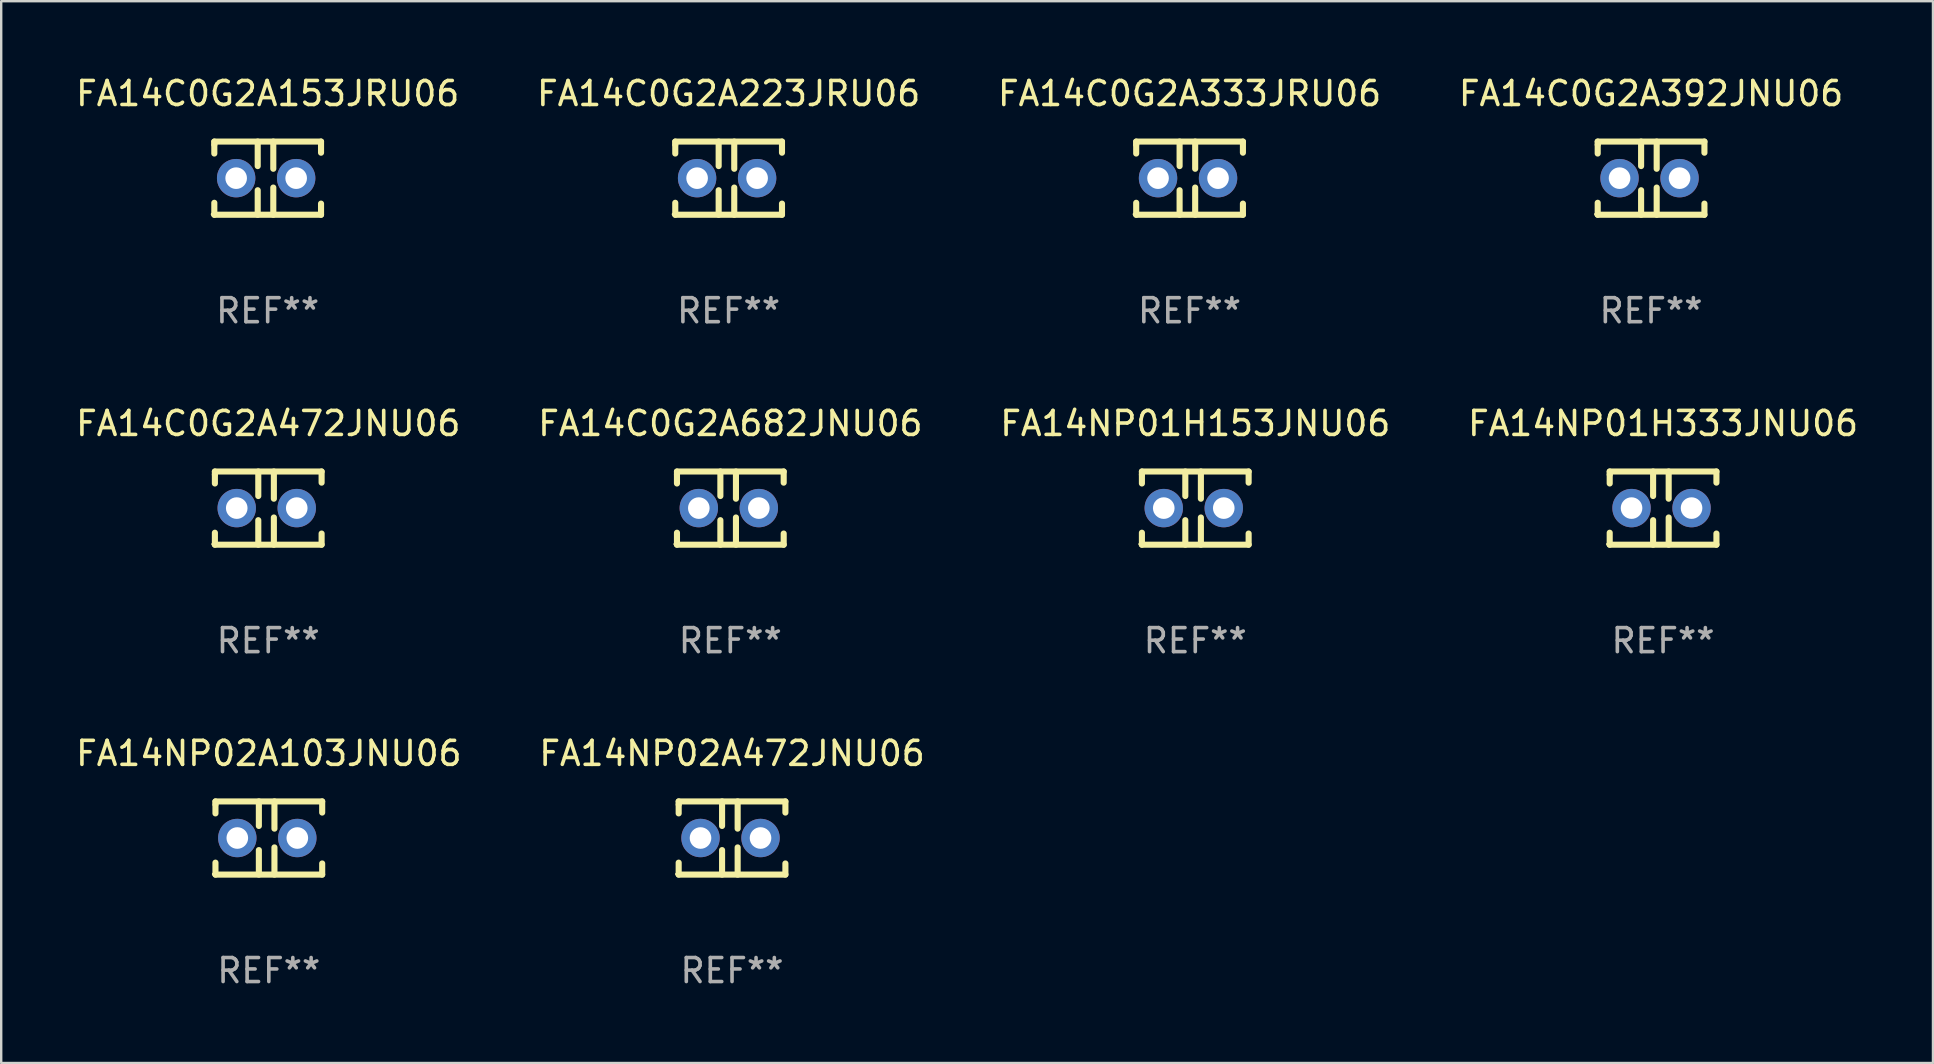
<source format=kicad_pcb>
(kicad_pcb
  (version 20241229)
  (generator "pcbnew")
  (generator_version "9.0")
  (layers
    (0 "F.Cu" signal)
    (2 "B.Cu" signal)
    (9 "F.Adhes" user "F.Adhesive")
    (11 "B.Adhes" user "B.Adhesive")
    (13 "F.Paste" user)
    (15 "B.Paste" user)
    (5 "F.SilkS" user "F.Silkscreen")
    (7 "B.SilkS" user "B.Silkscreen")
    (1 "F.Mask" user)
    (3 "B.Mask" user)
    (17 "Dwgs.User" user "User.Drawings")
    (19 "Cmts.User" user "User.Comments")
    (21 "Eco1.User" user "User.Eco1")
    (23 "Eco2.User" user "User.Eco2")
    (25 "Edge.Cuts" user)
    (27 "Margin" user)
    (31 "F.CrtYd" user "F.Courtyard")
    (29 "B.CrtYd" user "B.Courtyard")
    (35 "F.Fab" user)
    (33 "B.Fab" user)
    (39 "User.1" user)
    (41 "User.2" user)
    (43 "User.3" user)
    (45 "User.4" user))
  (footprint "FA14C0G2A153JRU06"
    (layer "F.Cu")
    (at 8.101 4.372)
    (property "Reference" "FA14C0G2A153JRU06" (at 0 -3.524 0) (layer "F.SilkS") (effects (font (size 1 1) (thickness 0.15))))
    (attr through_hole)
    (fp_line (start -2.223 -1.524) (end 2.223 -1.524) (stroke (width 0.254) (type solid)) (layer "F.SilkS"))
    (fp_line (start -2.223 -1.397) (end -2.223 -1.524) (stroke (width 0.254) (type solid)) (layer "F.SilkS"))
    (fp_line (start -2.223 -1.026) (end -2.223 -1.397) (stroke (width 0.254) (type solid)) (layer "F.SilkS"))
    (fp_line (start -2.223 1.524) (end -2.223 1.026) (stroke (width 0.254) (type solid)) (layer "F.SilkS"))
    (fp_line (start -0.415 -1.524) (end -0.415 -0.503) (stroke (width 0.254) (type solid)) (layer "F.SilkS"))
    (fp_line (start -0.415 0.503) (end -0.415 1.524) (stroke (width 0.254) (type solid)) (layer "F.SilkS"))
    (fp_line (start 0.234 -1.524) (end 0.234 -0.391) (stroke (width 0.254) (type solid)) (layer "F.SilkS"))
    (fp_line (start 0.234 0.391) (end 0.234 1.524) (stroke (width 0.254) (type solid)) (layer "F.SilkS"))
    (fp_line (start 2.223 -1.524) (end 2.223 -1.06) (stroke (width 0.254) (type solid)) (layer "F.SilkS"))
    (fp_line (start 2.223 1.06) (end 2.223 1.524) (stroke (width 0.254) (type solid)) (layer "F.SilkS"))
    (fp_line (start 2.223 1.524) (end -2.223 1.524) (stroke (width 0.254) (type solid)) (layer "F.SilkS"))
    (fp_circle (center -2.314 1.5) (end -2.284 1.5) (stroke (width 0.06) (type solid)) (fill no) (layer "F.SilkS"))
    (fp_text user "REF**" (at 0 5.524 0) (layer "F.Fab") (effects (font (size 1 1) (thickness 0.15))))
    (pad "1" thru_hole circle (at -1.313 0) (size 1.6 1.6) (drill 0.9) (layers "*.Cu" "*.Mask"))
    (pad "2" thru_hole circle (at 1.187 0) (size 1.6 1.6) (drill 0.9) (layers "*.Cu" "*.Mask")))
  (footprint "FA14NP01H153JNU06"
    (layer "F.Cu")
    (at 46.744 18.117)
    (property "Reference" "FA14NP01H153JNU06" (at 0 -3.524 0) (layer "F.SilkS") (effects (font (size 1 1) (thickness 0.15))))
    (attr through_hole)
    (fp_line (start -2.223 -1.524) (end 2.223 -1.524) (stroke (width 0.254) (type solid)) (layer "F.SilkS"))
    (fp_line (start -2.223 -1.397) (end -2.223 -1.524) (stroke (width 0.254) (type solid)) (layer "F.SilkS"))
    (fp_line (start -2.223 -1.026) (end -2.223 -1.397) (stroke (width 0.254) (type solid)) (layer "F.SilkS"))
    (fp_line (start -2.223 1.524) (end -2.223 1.026) (stroke (width 0.254) (type solid)) (layer "F.SilkS"))
    (fp_line (start -0.415 -1.524) (end -0.415 -0.503) (stroke (width 0.254) (type solid)) (layer "F.SilkS"))
    (fp_line (start -0.415 0.503) (end -0.415 1.524) (stroke (width 0.254) (type solid)) (layer "F.SilkS"))
    (fp_line (start 0.234 -1.524) (end 0.234 -0.391) (stroke (width 0.254) (type solid)) (layer "F.SilkS"))
    (fp_line (start 0.234 0.391) (end 0.234 1.524) (stroke (width 0.254) (type solid)) (layer "F.SilkS"))
    (fp_line (start 2.223 -1.524) (end 2.223 -1.06) (stroke (width 0.254) (type solid)) (layer "F.SilkS"))
    (fp_line (start 2.223 1.06) (end 2.223 1.524) (stroke (width 0.254) (type solid)) (layer "F.SilkS"))
    (fp_line (start 2.223 1.524) (end -2.223 1.524) (stroke (width 0.254) (type solid)) (layer "F.SilkS"))
    (fp_circle (center -2.314 1.5) (end -2.284 1.5) (stroke (width 0.06) (type solid)) (fill no) (layer "F.SilkS"))
    (fp_text user "REF**" (at 0 5.524 0) (layer "F.Fab") (effects (font (size 1 1) (thickness 0.15))))
    (pad "1" thru_hole circle (at -1.313 0) (size 1.6 1.6) (drill 0.9) (layers "*.Cu" "*.Mask"))
    (pad "2" thru_hole circle (at 1.187 0) (size 1.6 1.6) (drill 0.9) (layers "*.Cu" "*.Mask")))
  (footprint "FA14C0G2A472JNU06"
    (layer "F.Cu")
    (at 8.125 18.117)
    (property "Reference" "FA14C0G2A472JNU06" (at 0 -3.524 0) (layer "F.SilkS") (effects (font (size 1 1) (thickness 0.15))))
    (attr through_hole)
    (fp_line (start -2.223 -1.524) (end 2.223 -1.524) (stroke (width 0.254) (type solid)) (layer "F.SilkS"))
    (fp_line (start -2.223 -1.397) (end -2.223 -1.524) (stroke (width 0.254) (type solid)) (layer "F.SilkS"))
    (fp_line (start -2.223 -1.026) (end -2.223 -1.397) (stroke (width 0.254) (type solid)) (layer "F.SilkS"))
    (fp_line (start -2.223 1.524) (end -2.223 1.026) (stroke (width 0.254) (type solid)) (layer "F.SilkS"))
    (fp_line (start -0.415 -1.524) (end -0.415 -0.503) (stroke (width 0.254) (type solid)) (layer "F.SilkS"))
    (fp_line (start -0.415 0.503) (end -0.415 1.524) (stroke (width 0.254) (type solid)) (layer "F.SilkS"))
    (fp_line (start 0.234 -1.524) (end 0.234 -0.391) (stroke (width 0.254) (type solid)) (layer "F.SilkS"))
    (fp_line (start 0.234 0.391) (end 0.234 1.524) (stroke (width 0.254) (type solid)) (layer "F.SilkS"))
    (fp_line (start 2.223 -1.524) (end 2.223 -1.06) (stroke (width 0.254) (type solid)) (layer "F.SilkS"))
    (fp_line (start 2.223 1.06) (end 2.223 1.524) (stroke (width 0.254) (type solid)) (layer "F.SilkS"))
    (fp_line (start 2.223 1.524) (end -2.223 1.524) (stroke (width 0.254) (type solid)) (layer "F.SilkS"))
    (fp_circle (center -2.314 1.5) (end -2.284 1.5) (stroke (width 0.06) (type solid)) (fill no) (layer "F.SilkS"))
    (fp_text user "REF**" (at 0 5.524 0) (layer "F.Fab") (effects (font (size 1 1) (thickness 0.15))))
    (pad "1" thru_hole circle (at -1.313 0) (size 1.6 1.6) (drill 0.9) (layers "*.Cu" "*.Mask"))
    (pad "2" thru_hole circle (at 1.187 0) (size 1.6 1.6) (drill 0.9) (layers "*.Cu" "*.Mask")))
  (footprint "FA14C0G2A223JRU06"
    (layer "F.Cu")
    (at 27.304 4.372)
    (property "Reference" "FA14C0G2A223JRU06" (at 0 -3.524 0) (layer "F.SilkS") (effects (font (size 1 1) (thickness 0.15))))
    (attr through_hole)
    (fp_line (start -2.223 -1.524) (end 2.223 -1.524) (stroke (width 0.254) (type solid)) (layer "F.SilkS"))
    (fp_line (start -2.223 -1.397) (end -2.223 -1.524) (stroke (width 0.254) (type solid)) (layer "F.SilkS"))
    (fp_line (start -2.223 -1.026) (end -2.223 -1.397) (stroke (width 0.254) (type solid)) (layer "F.SilkS"))
    (fp_line (start -2.223 1.524) (end -2.223 1.026) (stroke (width 0.254) (type solid)) (layer "F.SilkS"))
    (fp_line (start -0.415 -1.524) (end -0.415 -0.503) (stroke (width 0.254) (type solid)) (layer "F.SilkS"))
    (fp_line (start -0.415 0.503) (end -0.415 1.524) (stroke (width 0.254) (type solid)) (layer "F.SilkS"))
    (fp_line (start 0.234 -1.524) (end 0.234 -0.391) (stroke (width 0.254) (type solid)) (layer "F.SilkS"))
    (fp_line (start 0.234 0.391) (end 0.234 1.524) (stroke (width 0.254) (type solid)) (layer "F.SilkS"))
    (fp_line (start 2.223 -1.524) (end 2.223 -1.06) (stroke (width 0.254) (type solid)) (layer "F.SilkS"))
    (fp_line (start 2.223 1.06) (end 2.223 1.524) (stroke (width 0.254) (type solid)) (layer "F.SilkS"))
    (fp_line (start 2.223 1.524) (end -2.223 1.524) (stroke (width 0.254) (type solid)) (layer "F.SilkS"))
    (fp_circle (center -2.314 1.5) (end -2.284 1.5) (stroke (width 0.06) (type solid)) (fill no) (layer "F.SilkS"))
    (fp_text user "REF**" (at 0 5.524 0) (layer "F.Fab") (effects (font (size 1 1) (thickness 0.15))))
    (pad "1" thru_hole circle (at -1.313 0) (size 1.6 1.6) (drill 0.9) (layers "*.Cu" "*.Mask"))
    (pad "2" thru_hole circle (at 1.187 0) (size 1.6 1.6) (drill 0.9) (layers "*.Cu" "*.Mask")))
  (footprint "FA14NP01H333JNU06"
    (layer "F.Cu")
    (at 66.232 18.117)
    (property "Reference" "FA14NP01H333JNU06" (at 0 -3.524 0) (layer "F.SilkS") (effects (font (size 1 1) (thickness 0.15))))
    (attr through_hole)
    (fp_line (start -2.223 -1.524) (end 2.223 -1.524) (stroke (width 0.254) (type solid)) (layer "F.SilkS"))
    (fp_line (start -2.223 -1.397) (end -2.223 -1.524) (stroke (width 0.254) (type solid)) (layer "F.SilkS"))
    (fp_line (start -2.223 -1.026) (end -2.223 -1.397) (stroke (width 0.254) (type solid)) (layer "F.SilkS"))
    (fp_line (start -2.223 1.524) (end -2.223 1.026) (stroke (width 0.254) (type solid)) (layer "F.SilkS"))
    (fp_line (start -0.415 -1.524) (end -0.415 -0.503) (stroke (width 0.254) (type solid)) (layer "F.SilkS"))
    (fp_line (start -0.415 0.503) (end -0.415 1.524) (stroke (width 0.254) (type solid)) (layer "F.SilkS"))
    (fp_line (start 0.234 -1.524) (end 0.234 -0.391) (stroke (width 0.254) (type solid)) (layer "F.SilkS"))
    (fp_line (start 0.234 0.391) (end 0.234 1.524) (stroke (width 0.254) (type solid)) (layer "F.SilkS"))
    (fp_line (start 2.223 -1.524) (end 2.223 -1.06) (stroke (width 0.254) (type solid)) (layer "F.SilkS"))
    (fp_line (start 2.223 1.06) (end 2.223 1.524) (stroke (width 0.254) (type solid)) (layer "F.SilkS"))
    (fp_line (start 2.223 1.524) (end -2.223 1.524) (stroke (width 0.254) (type solid)) (layer "F.SilkS"))
    (fp_circle (center -2.314 1.5) (end -2.284 1.5) (stroke (width 0.06) (type solid)) (fill no) (layer "F.SilkS"))
    (fp_text user "REF**" (at 0 5.524 0) (layer "F.Fab") (effects (font (size 1 1) (thickness 0.15))))
    (pad "1" thru_hole circle (at -1.313 0) (size 1.6 1.6) (drill 0.9) (layers "*.Cu" "*.Mask"))
    (pad "2" thru_hole circle (at 1.187 0) (size 1.6 1.6) (drill 0.9) (layers "*.Cu" "*.Mask")))
  (footprint "FA14C0G2A392JNU06"
    (layer "F.Cu")
    (at 65.732 4.372)
    (property "Reference" "FA14C0G2A392JNU06" (at 0 -3.524 0) (layer "F.SilkS") (effects (font (size 1 1) (thickness 0.15))))
    (attr through_hole)
    (fp_line (start -2.223 -1.524) (end 2.223 -1.524) (stroke (width 0.254) (type solid)) (layer "F.SilkS"))
    (fp_line (start -2.223 -1.397) (end -2.223 -1.524) (stroke (width 0.254) (type solid)) (layer "F.SilkS"))
    (fp_line (start -2.223 -1.026) (end -2.223 -1.397) (stroke (width 0.254) (type solid)) (layer "F.SilkS"))
    (fp_line (start -2.223 1.524) (end -2.223 1.026) (stroke (width 0.254) (type solid)) (layer "F.SilkS"))
    (fp_line (start -0.415 -1.524) (end -0.415 -0.503) (stroke (width 0.254) (type solid)) (layer "F.SilkS"))
    (fp_line (start -0.415 0.503) (end -0.415 1.524) (stroke (width 0.254) (type solid)) (layer "F.SilkS"))
    (fp_line (start 0.234 -1.524) (end 0.234 -0.391) (stroke (width 0.254) (type solid)) (layer "F.SilkS"))
    (fp_line (start 0.234 0.391) (end 0.234 1.524) (stroke (width 0.254) (type solid)) (layer "F.SilkS"))
    (fp_line (start 2.223 -1.524) (end 2.223 -1.06) (stroke (width 0.254) (type solid)) (layer "F.SilkS"))
    (fp_line (start 2.223 1.06) (end 2.223 1.524) (stroke (width 0.254) (type solid)) (layer "F.SilkS"))
    (fp_line (start 2.223 1.524) (end -2.223 1.524) (stroke (width 0.254) (type solid)) (layer "F.SilkS"))
    (fp_circle (center -2.314 1.5) (end -2.284 1.5) (stroke (width 0.06) (type solid)) (fill no) (layer "F.SilkS"))
    (fp_text user "REF**" (at 0 5.524 0) (layer "F.Fab") (effects (font (size 1 1) (thickness 0.15))))
    (pad "1" thru_hole circle (at -1.313 0) (size 1.6 1.6) (drill 0.9) (layers "*.Cu" "*.Mask"))
    (pad "2" thru_hole circle (at 1.187 0) (size 1.6 1.6) (drill 0.9) (layers "*.Cu" "*.Mask")))
  (footprint "FA14NP02A472JNU06"
    (layer "F.Cu")
    (at 27.446 31.861)
    (property "Reference" "FA14NP02A472JNU06" (at 0 -3.524 0) (layer "F.SilkS") (effects (font (size 1 1) (thickness 0.15))))
    (attr through_hole)
    (fp_line (start -2.223 -1.524) (end 2.223 -1.524) (stroke (width 0.254) (type solid)) (layer "F.SilkS"))
    (fp_line (start -2.223 -1.397) (end -2.223 -1.524) (stroke (width 0.254) (type solid)) (layer "F.SilkS"))
    (fp_line (start -2.223 -1.026) (end -2.223 -1.397) (stroke (width 0.254) (type solid)) (layer "F.SilkS"))
    (fp_line (start -2.223 1.524) (end -2.223 1.026) (stroke (width 0.254) (type solid)) (layer "F.SilkS"))
    (fp_line (start -0.415 -1.524) (end -0.415 -0.503) (stroke (width 0.254) (type solid)) (layer "F.SilkS"))
    (fp_line (start -0.415 0.503) (end -0.415 1.524) (stroke (width 0.254) (type solid)) (layer "F.SilkS"))
    (fp_line (start 0.234 -1.524) (end 0.234 -0.391) (stroke (width 0.254) (type solid)) (layer "F.SilkS"))
    (fp_line (start 0.234 0.391) (end 0.234 1.524) (stroke (width 0.254) (type solid)) (layer "F.SilkS"))
    (fp_line (start 2.223 -1.524) (end 2.223 -1.06) (stroke (width 0.254) (type solid)) (layer "F.SilkS"))
    (fp_line (start 2.223 1.06) (end 2.223 1.524) (stroke (width 0.254) (type solid)) (layer "F.SilkS"))
    (fp_line (start 2.223 1.524) (end -2.223 1.524) (stroke (width 0.254) (type solid)) (layer "F.SilkS"))
    (fp_circle (center -2.314 1.5) (end -2.284 1.5) (stroke (width 0.06) (type solid)) (fill no) (layer "F.SilkS"))
    (fp_text user "REF**" (at 0 5.524 0) (layer "F.Fab") (effects (font (size 1 1) (thickness 0.15))))
    (pad "1" thru_hole circle (at -1.313 0) (size 1.6 1.6) (drill 0.9) (layers "*.Cu" "*.Mask"))
    (pad "2" thru_hole circle (at 1.187 0) (size 1.6 1.6) (drill 0.9) (layers "*.Cu" "*.Mask")))
  (footprint "FA14NP02A103JNU06"
    (layer "F.Cu")
    (at 8.149 31.861)
    (property "Reference" "FA14NP02A103JNU06" (at 0 -3.524 0) (layer "F.SilkS") (effects (font (size 1 1) (thickness 0.15))))
    (attr through_hole)
    (fp_line (start -2.223 -1.524) (end 2.223 -1.524) (stroke (width 0.254) (type solid)) (layer "F.SilkS"))
    (fp_line (start -2.223 -1.397) (end -2.223 -1.524) (stroke (width 0.254) (type solid)) (layer "F.SilkS"))
    (fp_line (start -2.223 -1.026) (end -2.223 -1.397) (stroke (width 0.254) (type solid)) (layer "F.SilkS"))
    (fp_line (start -2.223 1.524) (end -2.223 1.026) (stroke (width 0.254) (type solid)) (layer "F.SilkS"))
    (fp_line (start -0.415 -1.524) (end -0.415 -0.503) (stroke (width 0.254) (type solid)) (layer "F.SilkS"))
    (fp_line (start -0.415 0.503) (end -0.415 1.524) (stroke (width 0.254) (type solid)) (layer "F.SilkS"))
    (fp_line (start 0.234 -1.524) (end 0.234 -0.391) (stroke (width 0.254) (type solid)) (layer "F.SilkS"))
    (fp_line (start 0.234 0.391) (end 0.234 1.524) (stroke (width 0.254) (type solid)) (layer "F.SilkS"))
    (fp_line (start 2.223 -1.524) (end 2.223 -1.06) (stroke (width 0.254) (type solid)) (layer "F.SilkS"))
    (fp_line (start 2.223 1.06) (end 2.223 1.524) (stroke (width 0.254) (type solid)) (layer "F.SilkS"))
    (fp_line (start 2.223 1.524) (end -2.223 1.524) (stroke (width 0.254) (type solid)) (layer "F.SilkS"))
    (fp_circle (center -2.314 1.5) (end -2.284 1.5) (stroke (width 0.06) (type solid)) (fill no) (layer "F.SilkS"))
    (fp_text user "REF**" (at 0 5.524 0) (layer "F.Fab") (effects (font (size 1 1) (thickness 0.15))))
    (pad "1" thru_hole circle (at -1.313 0) (size 1.6 1.6) (drill 0.9) (layers "*.Cu" "*.Mask"))
    (pad "2" thru_hole circle (at 1.187 0) (size 1.6 1.6) (drill 0.9) (layers "*.Cu" "*.Mask")))
  (footprint "FA14C0G2A682JNU06"
    (layer "F.Cu")
    (at 27.375 18.117)
    (property "Reference" "FA14C0G2A682JNU06" (at 0 -3.524 0) (layer "F.SilkS") (effects (font (size 1 1) (thickness 0.15))))
    (attr through_hole)
    (fp_line (start -2.223 -1.524) (end 2.223 -1.524) (stroke (width 0.254) (type solid)) (layer "F.SilkS"))
    (fp_line (start -2.223 -1.397) (end -2.223 -1.524) (stroke (width 0.254) (type solid)) (layer "F.SilkS"))
    (fp_line (start -2.223 -1.026) (end -2.223 -1.397) (stroke (width 0.254) (type solid)) (layer "F.SilkS"))
    (fp_line (start -2.223 1.524) (end -2.223 1.026) (stroke (width 0.254) (type solid)) (layer "F.SilkS"))
    (fp_line (start -0.415 -1.524) (end -0.415 -0.503) (stroke (width 0.254) (type solid)) (layer "F.SilkS"))
    (fp_line (start -0.415 0.503) (end -0.415 1.524) (stroke (width 0.254) (type solid)) (layer "F.SilkS"))
    (fp_line (start 0.234 -1.524) (end 0.234 -0.391) (stroke (width 0.254) (type solid)) (layer "F.SilkS"))
    (fp_line (start 0.234 0.391) (end 0.234 1.524) (stroke (width 0.254) (type solid)) (layer "F.SilkS"))
    (fp_line (start 2.223 -1.524) (end 2.223 -1.06) (stroke (width 0.254) (type solid)) (layer "F.SilkS"))
    (fp_line (start 2.223 1.06) (end 2.223 1.524) (stroke (width 0.254) (type solid)) (layer "F.SilkS"))
    (fp_line (start 2.223 1.524) (end -2.223 1.524) (stroke (width 0.254) (type solid)) (layer "F.SilkS"))
    (fp_circle (center -2.314 1.5) (end -2.284 1.5) (stroke (width 0.06) (type solid)) (fill no) (layer "F.SilkS"))
    (fp_text user "REF**" (at 0 5.524 0) (layer "F.Fab") (effects (font (size 1 1) (thickness 0.15))))
    (pad "1" thru_hole circle (at -1.313 0) (size 1.6 1.6) (drill 0.9) (layers "*.Cu" "*.Mask"))
    (pad "2" thru_hole circle (at 1.187 0) (size 1.6 1.6) (drill 0.9) (layers "*.Cu" "*.Mask")))
  (footprint "FA14C0G2A333JRU06"
    (layer "F.Cu")
    (at 46.506 4.372)
    (property "Reference" "FA14C0G2A333JRU06" (at 0 -3.524 0) (layer "F.SilkS") (effects (font (size 1 1) (thickness 0.15))))
    (attr through_hole)
    (fp_line (start -2.223 -1.524) (end 2.223 -1.524) (stroke (width 0.254) (type solid)) (layer "F.SilkS"))
    (fp_line (start -2.223 -1.397) (end -2.223 -1.524) (stroke (width 0.254) (type solid)) (layer "F.SilkS"))
    (fp_line (start -2.223 -1.026) (end -2.223 -1.397) (stroke (width 0.254) (type solid)) (layer "F.SilkS"))
    (fp_line (start -2.223 1.524) (end -2.223 1.026) (stroke (width 0.254) (type solid)) (layer "F.SilkS"))
    (fp_line (start -0.415 -1.524) (end -0.415 -0.503) (stroke (width 0.254) (type solid)) (layer "F.SilkS"))
    (fp_line (start -0.415 0.503) (end -0.415 1.524) (stroke (width 0.254) (type solid)) (layer "F.SilkS"))
    (fp_line (start 0.234 -1.524) (end 0.234 -0.391) (stroke (width 0.254) (type solid)) (layer "F.SilkS"))
    (fp_line (start 0.234 0.391) (end 0.234 1.524) (stroke (width 0.254) (type solid)) (layer "F.SilkS"))
    (fp_line (start 2.223 -1.524) (end 2.223 -1.06) (stroke (width 0.254) (type solid)) (layer "F.SilkS"))
    (fp_line (start 2.223 1.06) (end 2.223 1.524) (stroke (width 0.254) (type solid)) (layer "F.SilkS"))
    (fp_line (start 2.223 1.524) (end -2.223 1.524) (stroke (width 0.254) (type solid)) (layer "F.SilkS"))
    (fp_circle (center -2.314 1.5) (end -2.284 1.5) (stroke (width 0.06) (type solid)) (fill no) (layer "F.SilkS"))
    (fp_text user "REF**" (at 0 5.524 0) (layer "F.Fab") (effects (font (size 1 1) (thickness 0.15))))
    (pad "1" thru_hole circle (at -1.313 0) (size 1.6 1.6) (drill 0.9) (layers "*.Cu" "*.Mask"))
    (pad "2" thru_hole circle (at 1.187 0) (size 1.6 1.6) (drill 0.9) (layers "*.Cu" "*.Mask")))
  (gr_rect
    (start -3 -3)
    (end 77.476 41.234)
    (stroke (width 0.1) (type default))
    (fill no)
    (layer "Edge.Cuts")))
</source>
